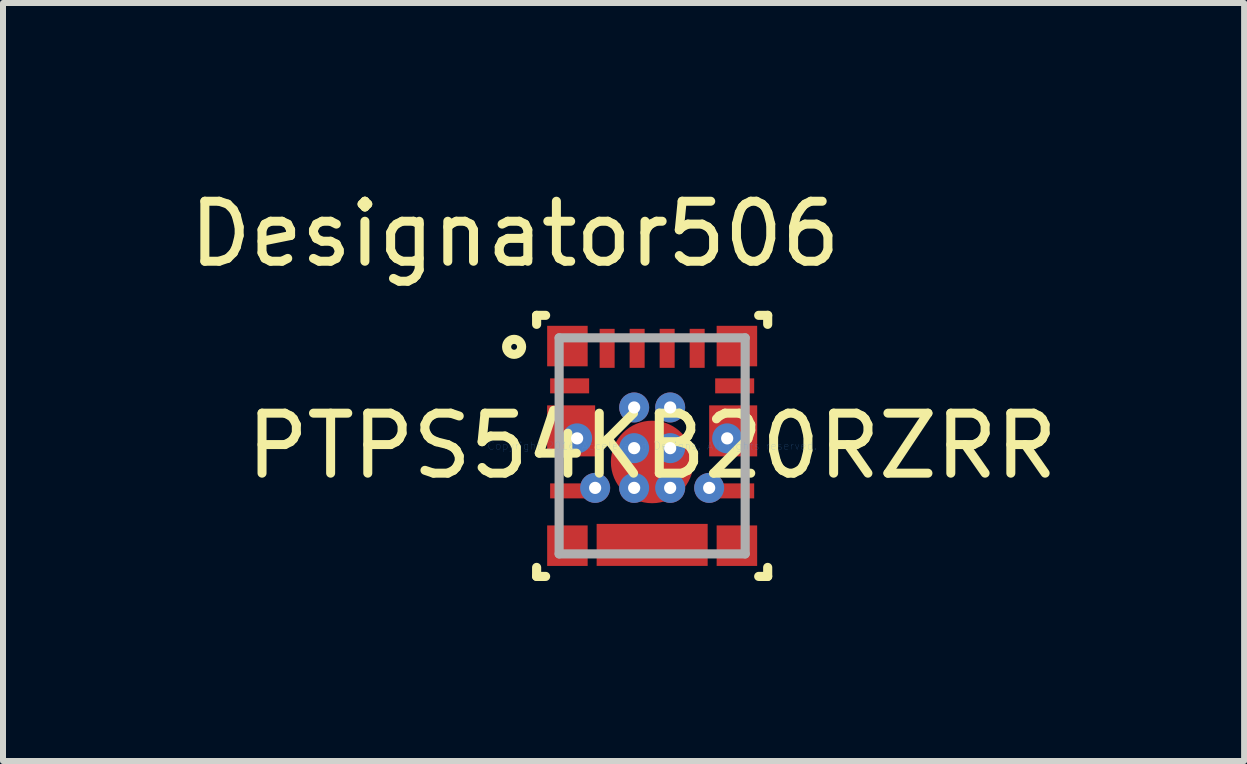
<source format=kicad_pcb>
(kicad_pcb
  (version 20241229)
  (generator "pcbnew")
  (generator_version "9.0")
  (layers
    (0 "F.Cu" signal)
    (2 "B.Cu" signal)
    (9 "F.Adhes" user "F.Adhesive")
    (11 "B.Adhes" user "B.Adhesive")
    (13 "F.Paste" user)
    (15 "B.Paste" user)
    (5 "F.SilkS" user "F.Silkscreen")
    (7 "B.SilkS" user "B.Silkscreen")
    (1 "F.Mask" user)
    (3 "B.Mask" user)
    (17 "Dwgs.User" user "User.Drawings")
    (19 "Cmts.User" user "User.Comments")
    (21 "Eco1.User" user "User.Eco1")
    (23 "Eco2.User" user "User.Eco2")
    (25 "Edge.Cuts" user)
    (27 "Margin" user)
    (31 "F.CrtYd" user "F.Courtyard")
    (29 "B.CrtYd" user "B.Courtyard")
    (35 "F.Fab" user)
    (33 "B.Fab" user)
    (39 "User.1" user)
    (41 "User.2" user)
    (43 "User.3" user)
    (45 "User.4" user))
  (footprint "PTPS54KB20RZRR"
    (layer "F.Cu")
    (at 7.816 4.379)
    (property "Reference" "PTPS54KB20RZRR" (at 0 0 0) (layer "F.SilkS") (effects (font (size 1 1) (thickness 0.15))))
    (attr through_hole)
    (fp_line (start -1.925 -2.175) (end -1.775 -2.175) (stroke (width 0.152) (type solid)) (layer "F.SilkS"))
    (fp_line (start -1.925 -2.025) (end -1.925 -2.175) (stroke (width 0.152) (type solid)) (layer "F.SilkS"))
    (fp_line (start -1.925 2.175) (end -1.925 2.025) (stroke (width 0.152) (type solid)) (layer "F.SilkS"))
    (fp_line (start -1.925 2.175) (end -1.775 2.175) (stroke (width 0.152) (type solid)) (layer "F.SilkS"))
    (fp_line (start 1.775 -2.175) (end 1.925 -2.175) (stroke (width 0.152) (type solid)) (layer "F.SilkS"))
    (fp_line (start 1.775 2.175) (end 1.925 2.175) (stroke (width 0.152) (type solid)) (layer "F.SilkS"))
    (fp_line (start 1.925 -2.025) (end 1.925 -2.175) (stroke (width 0.152) (type solid)) (layer "F.SilkS"))
    (fp_line (start 1.925 2.175) (end 1.925 2.025) (stroke (width 0.152) (type solid)) (layer "F.SilkS"))
    (fp_circle (center -2.3 -1.65) (end -2.175 -1.65) (stroke (width 0.152) (type solid)) (fill no) (layer "F.SilkS"))
    (fp_line (start -1.55 -1.8) (end 1.55 -1.8) (stroke (width 0.152) (type solid)) (layer "F.Fab"))
    (fp_line (start -1.55 1.8) (end -1.55 -1.8) (stroke (width 0.152) (type solid)) (layer "F.Fab"))
    (fp_line (start -1.55 1.8) (end 1.55 1.8) (stroke (width 0.152) (type solid)) (layer "F.Fab"))
    (fp_line (start 1.55 1.8) (end 1.55 -1.8) (stroke (width 0.152) (type solid)) (layer "F.Fab"))
    (fp_text user "Designator506" (at -2.286 -3.531 0) (layer "F.SilkS") (effects (font (size 1 1) (thickness 0.15))))
    (fp_text user "Copyright 2016 Accelerated Designs. All rights reserved." (at 0 0 0) (layer "Cmts.User") (effects (font (size 0.127 0.127) (thickness 0.002))))
    (pad "1" smd rect (at -1.412 -1.663) (size 0.675 0.675) (layers "F.Cu" "F.Mask" "F.Paste"))
    (pad "2" smd rect (at -1.375 -1) (size 0.65 0.25) (layers "F.Cu" "F.Mask" "F.Paste"))
    (pad "3" smd rect (at -1.35 -0.25) (size 0.8 0.85) (layers "F.Cu" "F.Mask" "F.Paste"))
    (pad "4" smd rect (at -1.375 0.75) (size 0.65 0.25) (layers "F.Cu" "F.Mask" "F.Paste"))
    (pad "5" smd rect (at -1.412 1.663) (size 0.675 0.675) (layers "F.Cu" "F.Mask" "F.Paste"))
    (pad "6" smd rect (at 0 1.65) (size 1.85 0.7) (layers "F.Cu" "F.Mask" "F.Paste"))
    (pad "7" smd rect (at 1.412 1.663) (size 0.675 0.675) (layers "F.Cu" "F.Mask" "F.Paste"))
    (pad "8" smd rect (at 1.375 0.75) (size 0.65 0.25) (layers "F.Cu" "F.Mask" "F.Paste"))
    (pad "9" smd rect (at 1.35 -0.25) (size 0.8 0.85) (layers "F.Cu" "F.Mask" "F.Paste"))
    (pad "10" smd rect (at 1.375 -1) (size 0.65 0.25) (layers "F.Cu" "F.Mask" "F.Paste"))
    (pad "11" smd rect (at 1.412 -1.663) (size 0.675 0.675) (layers "F.Cu" "F.Mask" "F.Paste"))
    (pad "12" smd rect (at 0.75 -1.625) (size 0.25 0.65) (layers "F.Cu" "F.Mask" "F.Paste"))
    (pad "13" smd rect (at 0.25 -1.625) (size 0.25 0.65) (layers "F.Cu" "F.Mask" "F.Paste"))
    (pad "14" smd rect (at -0.25 -1.625) (size 0.25 0.65) (layers "F.Cu" "F.Mask" "F.Paste"))
    (pad "15" smd rect (at -0.75 -1.625) (size 0.25 0.65) (layers "F.Cu" "F.Mask" "F.Paste"))
    (pad "16" smd circle (at 0 0.268) (size 1.375 1.375) (layers "F.Cu" "F.Mask" "F.Paste"))
    (pad "17" thru_hole circle (at -0.3 0.038) (size 0.5 0.5) (drill 0.203) (layers "*.Cu" "*.Mask"))
    (pad "18" thru_hole circle (at 0.3 0.038) (size 0.5 0.5) (drill 0.203) (layers "*.Cu" "*.Mask"))
    (pad "19" thru_hole circle (at -0.95 0.7) (size 0.5 0.5) (drill 0.203) (layers "*.Cu" "*.Mask"))
    (pad "20" thru_hole circle (at -0.3 0.7) (size 0.5 0.5) (drill 0.203) (layers "*.Cu" "*.Mask"))
    (pad "21" thru_hole circle (at 0.95 0.7) (size 0.5 0.5) (drill 0.203) (layers "*.Cu" "*.Mask"))
    (pad "22" thru_hole circle (at -1.25 -0.125) (size 0.5 0.5) (drill 0.203) (layers "*.Cu" "*.Mask"))
    (pad "23" thru_hole circle (at 0.3 -0.64) (size 0.5 0.5) (drill 0.203) (layers "*.Cu" "*.Mask"))
    (pad "24" thru_hole circle (at 0.3 0.7) (size 0.5 0.5) (drill 0.203) (layers "*.Cu" "*.Mask"))
    (pad "25" thru_hole circle (at -0.3 -0.64) (size 0.5 0.5) (drill 0.203) (layers "*.Cu" "*.Mask"))
    (pad "26" thru_hole circle (at 1.25 -0.125) (size 0.5 0.5) (drill 0.203) (layers "*.Cu" "*.Mask")))
  (gr_rect
    (start -3 -3)
    (end 17.679 9.63)
    (stroke (width 0.1) (type default))
    (fill no)
    (layer "Edge.Cuts")))
</source>
